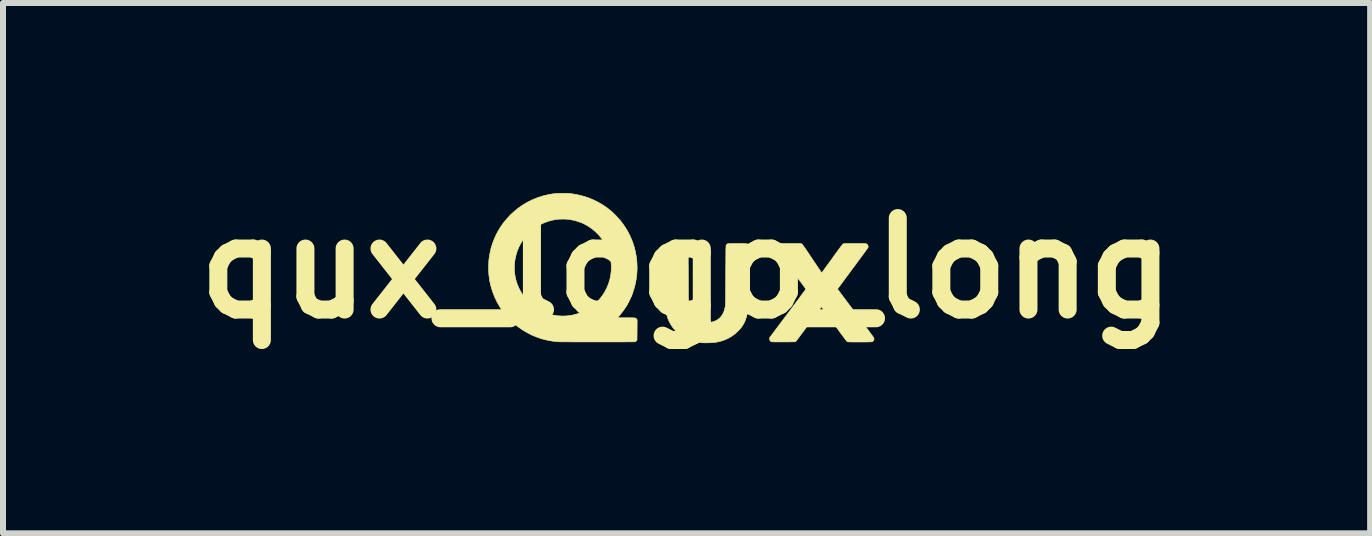
<source format=kicad_pcb>
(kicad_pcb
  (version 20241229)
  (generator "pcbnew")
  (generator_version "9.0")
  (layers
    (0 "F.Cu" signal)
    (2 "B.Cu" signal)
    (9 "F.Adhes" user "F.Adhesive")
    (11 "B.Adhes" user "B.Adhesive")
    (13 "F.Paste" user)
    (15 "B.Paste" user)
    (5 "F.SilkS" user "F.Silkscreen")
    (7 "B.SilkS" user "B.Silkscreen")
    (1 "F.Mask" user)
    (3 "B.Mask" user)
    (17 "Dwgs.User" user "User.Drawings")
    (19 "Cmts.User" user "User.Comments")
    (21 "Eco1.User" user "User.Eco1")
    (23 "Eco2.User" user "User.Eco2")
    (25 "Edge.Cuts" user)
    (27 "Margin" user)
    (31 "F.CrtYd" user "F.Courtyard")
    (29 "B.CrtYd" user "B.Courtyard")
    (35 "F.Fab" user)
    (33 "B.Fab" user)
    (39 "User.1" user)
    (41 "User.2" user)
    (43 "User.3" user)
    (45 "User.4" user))
  (footprint "qux_logo_long"
    (layer "F.Cu")
    (at 8.389 1.418)
    (property "Reference" "qux_logo_long" (at 0 0 0) (layer "F.SilkS") (effects (font (size 1.524 1.524) (thickness 0.3))))
    (attr through_hole)
    (fp_poly (pts (xy -2.024 -1.246) (xy -1.991 -1.246) (xy -1.961 -1.244) (xy -1.936 -1.243) (xy -1.927 -1.242) (xy -1.83 -1.226) (xy -1.737 -1.204) (xy -1.646 -1.176) (xy -1.559 -1.141) (xy -1.475 -1.1) (xy -1.394 -1.053) (xy -1.318 -1) (xy -1.245 -0.941) (xy -1.177 -0.876) (xy -1.113 -0.805) (xy -1.082 -0.767) (xy -1.028 -0.691) (xy -0.979 -0.612) (xy -0.938 -0.53) (xy -0.902 -0.445) (xy -0.873 -0.358) (xy -0.851 -0.269) (xy -0.835 -0.179) (xy -0.826 -0.088) (xy -0.823 0.003) (xy -0.828 0.095) (xy -0.839 0.186) (xy -0.857 0.277) (xy -0.882 0.367) (xy -0.886 0.378) (xy -0.913 0.453) (xy -0.944 0.523) (xy -0.98 0.592) (xy -1.021 0.66) (xy -1.035 0.681) (xy -1.045 0.696) (xy -1.058 0.714) (xy -1.073 0.733) (xy -1.088 0.753) (xy -1.103 0.772) (xy -1.116 0.789) (xy -1.128 0.802) (xy -1.136 0.812) (xy -1.139 0.814) (xy -1.145 0.82) (xy -1.147 0.824) (xy -1.143 0.825) (xy -1.133 0.826) (xy -1.117 0.826) (xy -1.097 0.827) (xy -1.072 0.827) (xy -1.044 0.827) (xy -1.013 0.827) (xy -1.002 0.827) (xy -0.965 0.827) (xy -0.934 0.827) (xy -0.908 0.828) (xy -0.888 0.828) (xy -0.873 0.829) (xy -0.861 0.83) (xy -0.852 0.832) (xy -0.846 0.835) (xy -0.841 0.838) (xy -0.837 0.842) (xy -0.834 0.846) (xy -0.832 0.849) (xy -0.823 0.861) (xy -0.824 1.031) (xy -0.826 1.201) (xy -0.837 1.212) (xy -0.847 1.22) (xy -0.86 1.226) (xy -0.862 1.227) (xy -0.867 1.227) (xy -0.879 1.227) (xy -0.898 1.228) (xy -0.922 1.228) (xy -0.952 1.228) (xy -0.986 1.228) (xy -1.025 1.229) (xy -1.068 1.229) (xy -1.115 1.229) (xy -1.165 1.229) (xy -1.218 1.229) (xy -1.273 1.229) (xy -1.329 1.229) (xy -1.387 1.229) (xy -1.446 1.229) (xy -1.505 1.229) (xy -1.564 1.229) (xy -1.623 1.229) (xy -1.68 1.229) (xy -1.736 1.229) (xy -1.791 1.229) (xy -1.843 1.229) (xy -1.892 1.229) (xy -1.938 1.228) (xy -1.98 1.228) (xy -2.018 1.228) (xy -2.051 1.228) (xy -2.079 1.227) (xy -2.102 1.227) (xy -2.118 1.227) (xy -2.128 1.226) (xy -2.221 1.218) (xy -2.313 1.202) (xy -2.404 1.18) (xy -2.492 1.15) (xy -2.578 1.115) (xy -2.661 1.072) (xy -2.741 1.024) (xy -2.818 0.969) (xy -2.868 0.928) (xy -2.937 0.864) (xy -3.001 0.795) (xy -3.059 0.722) (xy -3.111 0.645) (xy -3.157 0.565) (xy -3.197 0.481) (xy -3.231 0.395) (xy -3.258 0.306) (xy -3.279 0.215) (xy -3.292 0.122) (xy -3.293 0.119) (xy -3.295 0.086) (xy -3.297 0.049) (xy -3.298 0.025) (xy -2.869 0.025) (xy -2.862 0.099) (xy -2.861 0.107) (xy -2.847 0.181) (xy -2.826 0.253) (xy -2.798 0.321) (xy -2.765 0.387) (xy -2.726 0.449) (xy -2.681 0.508) (xy -2.632 0.562) (xy -2.578 0.611) (xy -2.519 0.656) (xy -2.456 0.695) (xy -2.389 0.729) (xy -2.319 0.756) (xy -2.295 0.764) (xy -2.225 0.781) (xy -2.152 0.793) (xy -2.078 0.798) (xy -2.005 0.796) (xy -1.983 0.794) (xy -1.909 0.784) (xy -1.836 0.766) (xy -1.765 0.742) (xy -1.697 0.711) (xy -1.632 0.675) (xy -1.571 0.632) (xy -1.514 0.585) (xy -1.462 0.532) (xy -1.452 0.521) (xy -1.405 0.46) (xy -1.363 0.396) (xy -1.328 0.329) (xy -1.3 0.26) (xy -1.278 0.189) (xy -1.263 0.116) (xy -1.255 0.041) (xy -1.253 -0.034) (xy -1.259 -0.109) (xy -1.268 -0.166) (xy -1.286 -0.239) (xy -1.311 -0.31) (xy -1.342 -0.377) (xy -1.379 -0.442) (xy -1.421 -0.503) (xy -1.469 -0.56) (xy -1.523 -0.612) (xy -1.581 -0.66) (xy -1.643 -0.702) (xy -1.704 -0.736) (xy -1.75 -0.757) (xy -1.802 -0.775) (xy -1.856 -0.792) (xy -1.911 -0.804) (xy -1.95 -0.811) (xy -1.981 -0.815) (xy -2.016 -0.817) (xy -2.054 -0.818) (xy -2.092 -0.817) (xy -2.129 -0.816) (xy -2.161 -0.813) (xy -2.17 -0.812) (xy -2.246 -0.797) (xy -2.32 -0.776) (xy -2.391 -0.748) (xy -2.458 -0.714) (xy -2.522 -0.674) (xy -2.583 -0.627) (xy -2.639 -0.575) (xy -2.684 -0.525) (xy -2.728 -0.467) (xy -2.767 -0.404) (xy -2.8 -0.337) (xy -2.827 -0.268) (xy -2.847 -0.197) (xy -2.861 -0.124) (xy -2.868 -0.05) (xy -2.869 0.025) (xy -3.298 0.025) (xy -3.298 0.009) (xy -3.298 -0.033) (xy -3.297 -0.073) (xy -3.295 -0.11) (xy -3.293 -0.14) (xy -3.279 -0.233) (xy -3.259 -0.325) (xy -3.232 -0.414) (xy -3.198 -0.501) (xy -3.158 -0.585) (xy -3.112 -0.665) (xy -3.06 -0.742) (xy -3.001 -0.815) (xy -2.938 -0.884) (xy -2.868 -0.948) (xy -2.806 -0.999) (xy -2.728 -1.053) (xy -2.648 -1.101) (xy -2.564 -1.142) (xy -2.477 -1.177) (xy -2.387 -1.205) (xy -2.293 -1.227) (xy -2.213 -1.24) (xy -2.191 -1.242) (xy -2.163 -1.244) (xy -2.131 -1.245) (xy -2.096 -1.246) (xy -2.06 -1.247) (xy -2.024 -1.246)) (stroke (width 0.01) (type solid)) (fill yes) (layer "F.SilkS"))
    (fp_poly (pts (xy 2.846 -0.41) (xy 2.881 -0.41) (xy 2.91 -0.41) (xy 2.933 -0.41) (xy 2.952 -0.409) (xy 2.966 -0.409) (xy 2.977 -0.408) (xy 2.986 -0.408) (xy 2.992 -0.407) (xy 2.996 -0.405) (xy 2.999 -0.404) (xy 3.001 -0.403) (xy 3.013 -0.393) (xy 3.022 -0.379) (xy 3.026 -0.363) (xy 3.025 -0.347) (xy 3.022 -0.34) (xy 3.019 -0.336) (xy 3.013 -0.327) (xy 3.002 -0.312) (xy 2.988 -0.293) (xy 2.971 -0.27) (xy 2.951 -0.242) (xy 2.928 -0.211) (xy 2.903 -0.177) (xy 2.876 -0.14) (xy 2.846 -0.1) (xy 2.816 -0.058) (xy 2.783 -0.015) (xy 2.766 0.008) (xy 2.515 0.348) (xy 2.813 0.746) (xy 2.849 0.794) (xy 2.883 0.841) (xy 2.917 0.885) (xy 2.948 0.928) (xy 2.978 0.968) (xy 3.006 1.005) (xy 3.031 1.038) (xy 3.053 1.069) (xy 3.073 1.095) (xy 3.089 1.117) (xy 3.102 1.135) (xy 3.112 1.148) (xy 3.117 1.155) (xy 3.118 1.157) (xy 3.123 1.172) (xy 3.123 1.188) (xy 3.118 1.204) (xy 3.113 1.211) (xy 3.109 1.215) (xy 3.105 1.218) (xy 3.101 1.221) (xy 3.095 1.224) (xy 3.088 1.225) (xy 3.079 1.227) (xy 3.066 1.228) (xy 3.05 1.229) (xy 3.03 1.229) (xy 3.005 1.23) (xy 2.975 1.23) (xy 2.939 1.23) (xy 2.896 1.23) (xy 2.886 1.23) (xy 2.843 1.23) (xy 2.807 1.23) (xy 2.776 1.23) (xy 2.752 1.23) (xy 2.732 1.229) (xy 2.716 1.229) (xy 2.704 1.228) (xy 2.695 1.228) (xy 2.688 1.227) (xy 2.683 1.226) (xy 2.68 1.225) (xy 2.678 1.224) (xy 2.675 1.222) (xy 2.67 1.217) (xy 2.664 1.21) (xy 2.656 1.2) (xy 2.645 1.186) (xy 2.633 1.17) (xy 2.617 1.149) (xy 2.599 1.124) (xy 2.577 1.095) (xy 2.552 1.061) (xy 2.524 1.022) (xy 2.492 0.978) (xy 2.457 0.93) (xy 2.248 0.643) (xy 2.224 0.676) (xy 2.176 0.741) (xy 2.131 0.803) (xy 2.088 0.862) (xy 2.048 0.917) (xy 2.01 0.968) (xy 1.976 1.014) (xy 1.944 1.057) (xy 1.916 1.095) (xy 1.891 1.128) (xy 1.87 1.157) (xy 1.852 1.18) (xy 1.838 1.199) (xy 1.828 1.212) (xy 1.822 1.219) (xy 1.82 1.221) (xy 1.818 1.222) (xy 1.815 1.224) (xy 1.811 1.225) (xy 1.806 1.226) (xy 1.798 1.227) (xy 1.788 1.227) (xy 1.774 1.228) (xy 1.757 1.228) (xy 1.734 1.228) (xy 1.707 1.229) (xy 1.673 1.229) (xy 1.634 1.229) (xy 1.617 1.229) (xy 1.573 1.229) (xy 1.536 1.229) (xy 1.504 1.229) (xy 1.479 1.229) (xy 1.458 1.229) (xy 1.442 1.228) (xy 1.43 1.228) (xy 1.422 1.227) (xy 1.416 1.226) (xy 1.413 1.225) (xy 1.398 1.215) (xy 1.388 1.202) (xy 1.384 1.185) (xy 1.384 1.18) (xy 1.384 1.159) (xy 1.686 0.756) (xy 1.722 0.708) (xy 1.757 0.661) (xy 1.79 0.617) (xy 1.822 0.574) (xy 1.851 0.535) (xy 1.879 0.498) (xy 1.903 0.464) (xy 1.926 0.434) (xy 1.945 0.408) (xy 1.961 0.387) (xy 1.974 0.369) (xy 1.982 0.357) (xy 1.987 0.35) (xy 1.988 0.348) (xy 1.986 0.345) (xy 1.98 0.336) (xy 1.97 0.322) (xy 1.957 0.304) (xy 1.94 0.281) (xy 1.92 0.254) (xy 1.897 0.223) (xy 1.872 0.19) (xy 1.845 0.153) (xy 1.816 0.114) (xy 1.785 0.073) (xy 1.753 0.029) (xy 1.736 0.006) (xy 1.703 -0.038) (xy 1.671 -0.08) (xy 1.641 -0.121) (xy 1.612 -0.159) (xy 1.585 -0.195) (xy 1.561 -0.228) (xy 1.539 -0.257) (xy 1.52 -0.283) (xy 1.505 -0.305) (xy 1.492 -0.322) (xy 1.483 -0.334) (xy 1.478 -0.341) (xy 1.478 -0.342) (xy 1.474 -0.357) (xy 1.476 -0.373) (xy 1.484 -0.388) (xy 1.496 -0.401) (xy 1.5 -0.403) (xy 1.502 -0.404) (xy 1.506 -0.406) (xy 1.51 -0.407) (xy 1.516 -0.408) (xy 1.525 -0.408) (xy 1.536 -0.409) (xy 1.551 -0.409) (xy 1.57 -0.41) (xy 1.593 -0.41) (xy 1.622 -0.41) (xy 1.657 -0.41) (xy 1.698 -0.41) (xy 1.709 -0.41) (xy 1.752 -0.41) (xy 1.789 -0.41) (xy 1.819 -0.41) (xy 1.844 -0.41) (xy 1.865 -0.409) (xy 1.881 -0.409) (xy 1.893 -0.408) (xy 1.902 -0.408) (xy 1.909 -0.407) (xy 1.914 -0.406) (xy 1.918 -0.405) (xy 1.92 -0.404) (xy 1.922 -0.402) (xy 1.926 -0.398) (xy 1.931 -0.392) (xy 1.938 -0.384) (xy 1.946 -0.372) (xy 1.957 -0.358) (xy 1.969 -0.34) (xy 1.985 -0.318) (xy 2.003 -0.291) (xy 2.024 -0.26) (xy 2.048 -0.224) (xy 2.076 -0.182) (xy 2.091 -0.16) (xy 2.116 -0.122) (xy 2.14 -0.087) (xy 2.162 -0.054) (xy 2.183 -0.023) (xy 2.201 0.004) (xy 2.217 0.028) (xy 2.231 0.047) (xy 2.241 0.063) (xy 2.248 0.073) (xy 2.252 0.077) (xy 2.252 0.077) (xy 2.255 0.075) (xy 2.261 0.066) (xy 2.271 0.053) (xy 2.284 0.035) (xy 2.3 0.013) (xy 2.319 -0.013) (xy 2.34 -0.042) (xy 2.363 -0.074) (xy 2.388 -0.108) (xy 2.414 -0.144) (xy 2.426 -0.16) (xy 2.458 -0.205) (xy 2.487 -0.245) (xy 2.512 -0.279) (xy 2.533 -0.309) (xy 2.552 -0.333) (xy 2.567 -0.354) (xy 2.58 -0.37) (xy 2.59 -0.383) (xy 2.598 -0.392) (xy 2.603 -0.399) (xy 2.608 -0.403) (xy 2.609 -0.404) (xy 2.612 -0.405) (xy 2.617 -0.406) (xy 2.622 -0.407) (xy 2.63 -0.408) (xy 2.641 -0.409) (xy 2.655 -0.409) (xy 2.673 -0.41) (xy 2.696 -0.41) (xy 2.724 -0.41) (xy 2.758 -0.41) (xy 2.798 -0.41) (xy 2.805 -0.41) (xy 2.846 -0.41)) (stroke (width 0.01) (type solid)) (fill yes) (layer "F.SilkS"))
    (fp_poly (pts (xy 0.882 -0.41) (xy 0.915 -0.41) (xy 0.942 -0.41) (xy 0.964 -0.409) (xy 0.981 -0.408) (xy 0.995 -0.407) (xy 1.004 -0.405) (xy 1.012 -0.403) (xy 1.017 -0.4) (xy 1.021 -0.396) (xy 1.025 -0.391) (xy 1.027 -0.388) (xy 1.028 -0.386) (xy 1.029 -0.384) (xy 1.03 -0.381) (xy 1.03 -0.378) (xy 1.031 -0.373) (xy 1.032 -0.367) (xy 1.032 -0.358) (xy 1.032 -0.347) (xy 1.033 -0.333) (xy 1.033 -0.317) (xy 1.033 -0.296) (xy 1.033 -0.272) (xy 1.034 -0.244) (xy 1.034 -0.211) (xy 1.034 -0.174) (xy 1.034 -0.131) (xy 1.034 -0.082) (xy 1.033 -0.027) (xy 1.033 0.034) (xy 1.033 0.102) (xy 1.033 0.136) (xy 1.033 0.207) (xy 1.033 0.271) (xy 1.033 0.329) (xy 1.033 0.381) (xy 1.032 0.427) (xy 1.032 0.467) (xy 1.032 0.503) (xy 1.032 0.534) (xy 1.032 0.561) (xy 1.031 0.584) (xy 1.031 0.604) (xy 1.03 0.621) (xy 1.03 0.635) (xy 1.029 0.647) (xy 1.029 0.657) (xy 1.028 0.666) (xy 1.027 0.674) (xy 1.027 0.68) (xy 1.026 0.687) (xy 1.025 0.694) (xy 1.024 0.696) (xy 1.013 0.756) (xy 0.999 0.81) (xy 0.983 0.859) (xy 0.964 0.904) (xy 0.941 0.945) (xy 0.915 0.984) (xy 0.884 1.022) (xy 0.85 1.056) (xy 0.8 1.101) (xy 0.746 1.139) (xy 0.689 1.171) (xy 0.628 1.198) (xy 0.562 1.219) (xy 0.493 1.234) (xy 0.47 1.237) (xy 0.441 1.24) (xy 0.408 1.242) (xy 0.372 1.243) (xy 0.336 1.244) (xy 0.301 1.244) (xy 0.269 1.243) (xy 0.24 1.241) (xy 0.221 1.239) (xy 0.149 1.226) (xy 0.08 1.206) (xy 0.015 1.181) (xy -0.046 1.149) (xy -0.102 1.112) (xy -0.155 1.069) (xy -0.188 1.037) (xy -0.227 0.991) (xy -0.261 0.942) (xy -0.289 0.891) (xy -0.312 0.837) (xy -0.329 0.778) (xy -0.342 0.714) (xy -0.343 0.706) (xy -0.344 0.699) (xy -0.345 0.692) (xy -0.346 0.684) (xy -0.346 0.675) (xy -0.347 0.665) (xy -0.348 0.652) (xy -0.348 0.637) (xy -0.348 0.619) (xy -0.349 0.598) (xy -0.349 0.573) (xy -0.349 0.545) (xy -0.35 0.512) (xy -0.35 0.475) (xy -0.35 0.432) (xy -0.35 0.384) (xy -0.35 0.331) (xy -0.351 0.271) (xy -0.351 0.205) (xy -0.351 0.143) (xy -0.351 0.072) (xy -0.351 0.007) (xy -0.351 -0.051) (xy -0.351 -0.103) (xy -0.351 -0.149) (xy -0.351 -0.19) (xy -0.351 -0.225) (xy -0.351 -0.256) (xy -0.351 -0.283) (xy -0.351 -0.305) (xy -0.351 -0.324) (xy -0.351 -0.339) (xy -0.35 -0.352) (xy -0.35 -0.362) (xy -0.349 -0.369) (xy -0.349 -0.375) (xy -0.348 -0.379) (xy -0.347 -0.382) (xy -0.346 -0.385) (xy -0.345 -0.386) (xy -0.345 -0.388) (xy -0.341 -0.393) (xy -0.338 -0.397) (xy -0.333 -0.401) (xy -0.327 -0.403) (xy -0.319 -0.406) (xy -0.308 -0.407) (xy -0.294 -0.408) (xy -0.275 -0.409) (xy -0.252 -0.41) (xy -0.223 -0.41) (xy -0.188 -0.41) (xy -0.161 -0.41) (xy -0.123 -0.41) (xy -0.093 -0.41) (xy -0.068 -0.41) (xy -0.048 -0.41) (xy -0.033 -0.409) (xy -0.022 -0.409) (xy -0.013 -0.408) (xy -0.007 -0.407) (xy -0.003 -0.406) (xy 0.001 -0.404) (xy 0.003 -0.403) (xy 0.012 -0.395) (xy 0.02 -0.386) (xy 0.021 -0.386) (xy 0.022 -0.384) (xy 0.022 -0.382) (xy 0.023 -0.378) (xy 0.024 -0.374) (xy 0.024 -0.367) (xy 0.025 -0.359) (xy 0.026 -0.348) (xy 0.026 -0.334) (xy 0.026 -0.317) (xy 0.027 -0.296) (xy 0.027 -0.271) (xy 0.027 -0.242) (xy 0.028 -0.209) (xy 0.028 -0.17) (xy 0.028 -0.126) (xy 0.028 -0.076) (xy 0.029 -0.02) (xy 0.029 0.042) (xy 0.029 0.111) (xy 0.029 0.116) (xy 0.03 0.187) (xy 0.03 0.251) (xy 0.03 0.308) (xy 0.03 0.359) (xy 0.031 0.405) (xy 0.031 0.446) (xy 0.031 0.481) (xy 0.032 0.512) (xy 0.032 0.539) (xy 0.033 0.562) (xy 0.033 0.582) (xy 0.034 0.599) (xy 0.035 0.614) (xy 0.036 0.626) (xy 0.037 0.637) (xy 0.039 0.646) (xy 0.04 0.655) (xy 0.042 0.663) (xy 0.044 0.67) (xy 0.046 0.678) (xy 0.049 0.687) (xy 0.049 0.689) (xy 0.065 0.736) (xy 0.086 0.777) (xy 0.111 0.812) (xy 0.141 0.842) (xy 0.176 0.866) (xy 0.215 0.885) (xy 0.242 0.894) (xy 0.253 0.896) (xy 0.264 0.898) (xy 0.276 0.9) (xy 0.291 0.901) (xy 0.31 0.901) (xy 0.334 0.901) (xy 0.341 0.901) (xy 0.367 0.901) (xy 0.387 0.901) (xy 0.402 0.9) (xy 0.415 0.899) (xy 0.426 0.897) (xy 0.437 0.894) (xy 0.44 0.894) (xy 0.482 0.878) (xy 0.52 0.857) (xy 0.553 0.831) (xy 0.581 0.799) (xy 0.605 0.762) (xy 0.624 0.719) (xy 0.632 0.691) (xy 0.635 0.682) (xy 0.637 0.674) (xy 0.639 0.666) (xy 0.641 0.658) (xy 0.643 0.649) (xy 0.644 0.64) (xy 0.646 0.63) (xy 0.647 0.618) (xy 0.648 0.604) (xy 0.648 0.588) (xy 0.649 0.569) (xy 0.65 0.547) (xy 0.65 0.522) (xy 0.651 0.492) (xy 0.651 0.458) (xy 0.651 0.42) (xy 0.652 0.376) (xy 0.652 0.327) (xy 0.652 0.271) (xy 0.652 0.21) (xy 0.653 0.142) (xy 0.653 0.116) (xy 0.653 0.046) (xy 0.653 -0.017) (xy 0.654 -0.073) (xy 0.654 -0.123) (xy 0.654 -0.168) (xy 0.655 -0.207) (xy 0.655 -0.24) (xy 0.655 -0.27) (xy 0.655 -0.295) (xy 0.656 -0.315) (xy 0.656 -0.333) (xy 0.657 -0.347) (xy 0.657 -0.358) (xy 0.658 -0.367) (xy 0.658 -0.373) (xy 0.659 -0.378) (xy 0.66 -0.382) (xy 0.661 -0.384) (xy 0.661 -0.386) (xy 0.662 -0.386) (xy 0.669 -0.395) (xy 0.679 -0.403) (xy 0.68 -0.403) (xy 0.683 -0.405) (xy 0.687 -0.406) (xy 0.692 -0.407) (xy 0.698 -0.408) (xy 0.708 -0.409) (xy 0.721 -0.409) (xy 0.738 -0.41) (xy 0.76 -0.41) (xy 0.787 -0.41) (xy 0.82 -0.41) (xy 0.843 -0.41) (xy 0.882 -0.41)) (stroke (width 0.01) (type solid)) (fill yes) (layer "F.SilkS")))
  (gr_rect
    (start -3 -3)
    (end 19.779 5.836)
    (stroke (width 0.1) (type default))
    (fill no)
    (layer "Edge.Cuts")))
</source>
